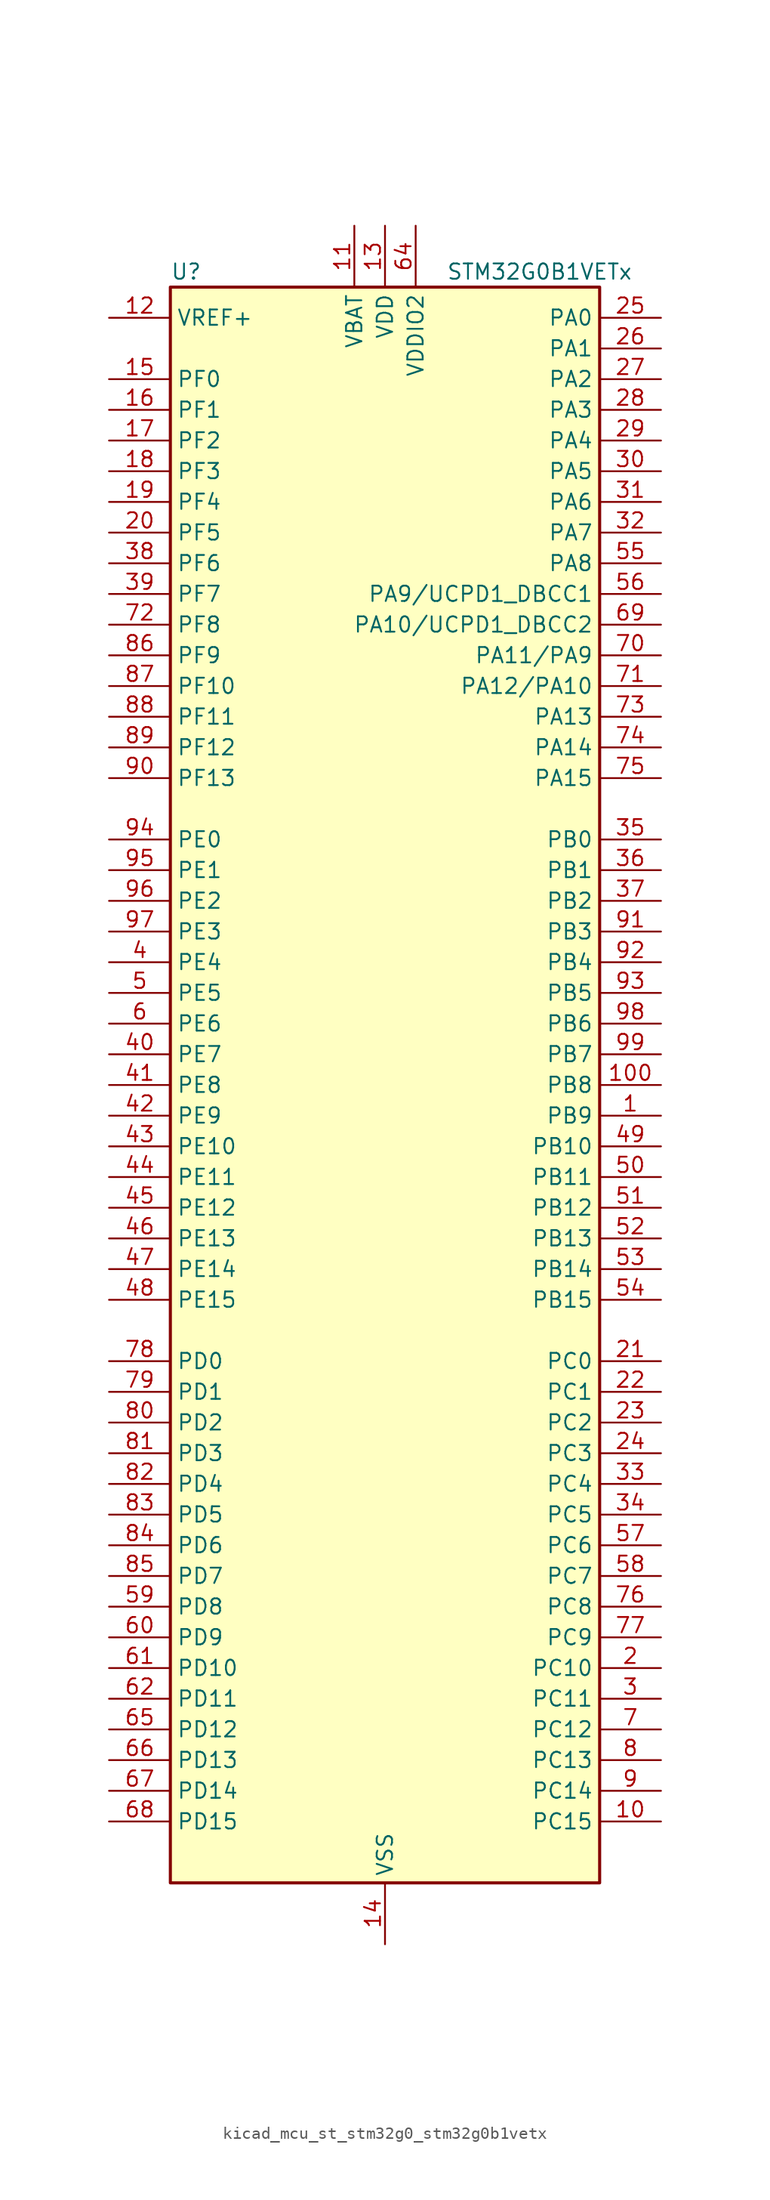
<source format=kicad_sym>
(kicad_symbol_lib
  (version 20220914)
  (generator kicad_symbol_editor)
  (symbol "kicad_mcu_st_stm32g0_stm32g0b1vetx"
    (property "Reference" "U"
      (at -17.78 67.31 0)
      (effects (font (size 1.27 1.27)) (justify left)))
    (property "Value" "STM32G0B1VETx"
      (at 5.08 67.31 0)
      (effects (font (size 1.27 1.27)) (justify left)))
    (property "ki_locked" ""
      (at 0 0 0)
      (effects (font (size 1.27 1.27))))
    (symbol "kicad_mcu_st_stm32g0_stm32g0b1vetx_0_1"
      (rectangle (start -17.78 -66.04) (end 17.78 66.04) (stroke (width 0.254) (type default)) (fill (type background))))
    (symbol "kicad_mcu_st_stm32g0_stm32g0b1vetx_1_1"
      (pin bidirectional line (at 22.86 -2.54 180) (length 5.08) (name "PB9" (effects (font (size 1.27 1.27)))) (number "1" (effects (font (size 1.27 1.27)))) (alternate "DAC1_EXTI9" bidirectional line) (alternate "FDCAN1_TX" bidirectional line) (alternate "I2C1_SDA" bidirectional line) (alternate "I2S2_WS" bidirectional line) (alternate "IR_OUT" bidirectional line) (alternate "SPI2_NSS" bidirectional line) (alternate "TIM17_CH1" bidirectional line) (alternate "TIM4_CH4" bidirectional line) (alternate "UCPD2_FRSTX1" bidirectional line) (alternate "UCPD2_FRSTX2" bidirectional line) (alternate "USART3_RX" bidirectional line) (alternate "USART6_RX" bidirectional line))
      (pin bidirectional line (at 22.86 -60.96 180) (length 5.08) (name "PC15" (effects (font (size 1.27 1.27)))) (number "10" (effects (font (size 1.27 1.27)))) (alternate "RCC_OSC32_EN" bidirectional line) (alternate "RCC_OSC32_OUT" bidirectional line) (alternate "RCC_OSC_EN" bidirectional line) (alternate "TIM15_BK" bidirectional line))
      (pin bidirectional line (at 22.86 0 180) (length 5.08) (name "PB8" (effects (font (size 1.27 1.27)))) (number "100" (effects (font (size 1.27 1.27)))) (alternate "CEC" bidirectional line) (alternate "FDCAN1_RX" bidirectional line) (alternate "I2C1_SCL" bidirectional line) (alternate "I2S2_CK" bidirectional line) (alternate "SPI2_SCK" bidirectional line) (alternate "TIM15_BK" bidirectional line) (alternate "TIM16_CH1" bidirectional line) (alternate "TIM4_CH3" bidirectional line) (alternate "USART3_TX" bidirectional line) (alternate "USART6_TX" bidirectional line))
      (pin power_in line (at -2.54 71.12 270) (length 5.08) (name "VBAT" (effects (font (size 1.27 1.27)))) (number "11" (effects (font (size 1.27 1.27)))))
      (pin input line (at -22.86 63.5 0) (length 5.08) (name "VREF+" (effects (font (size 1.27 1.27)))) (number "12" (effects (font (size 1.27 1.27)))) (alternate "VREFBUF_OUT" bidirectional line))
      (pin power_in line (at 0 71.12 270) (length 5.08) (name "VDD" (effects (font (size 1.27 1.27)))) (number "13" (effects (font (size 1.27 1.27)))))
      (pin power_in line (at 0 -71.12 90) (length 5.08) (name "VSS" (effects (font (size 1.27 1.27)))) (number "14" (effects (font (size 1.27 1.27)))))
      (pin bidirectional line (at -22.86 58.42 0) (length 5.08) (name "PF0" (effects (font (size 1.27 1.27)))) (number "15" (effects (font (size 1.27 1.27)))) (alternate "CRS1_SYNC" bidirectional line) (alternate "RCC_OSC_IN" bidirectional line) (alternate "TIM14_CH1" bidirectional line))
      (pin bidirectional line (at -22.86 55.88 0) (length 5.08) (name "PF1" (effects (font (size 1.27 1.27)))) (number "16" (effects (font (size 1.27 1.27)))) (alternate "RCC_OSC_EN" bidirectional line) (alternate "RCC_OSC_OUT" bidirectional line) (alternate "TIM15_CH1N" bidirectional line))
      (pin bidirectional line (at -22.86 53.34 0) (length 5.08) (name "PF2" (effects (font (size 1.27 1.27)))) (number "17" (effects (font (size 1.27 1.27)))) (alternate "LPUART2_DE" bidirectional line) (alternate "LPUART2_RTS" bidirectional line) (alternate "LPUART2_TX" bidirectional line) (alternate "RCC_MCO" bidirectional line))
      (pin bidirectional line (at -22.86 50.8 0) (length 5.08) (name "PF3" (effects (font (size 1.27 1.27)))) (number "18" (effects (font (size 1.27 1.27)))) (alternate "LPUART2_RX" bidirectional line) (alternate "USART6_CK" bidirectional line) (alternate "USART6_DE" bidirectional line) (alternate "USART6_RTS" bidirectional line))
      (pin bidirectional line (at -22.86 48.26 0) (length 5.08) (name "PF4" (effects (font (size 1.27 1.27)))) (number "19" (effects (font (size 1.27 1.27)))) (alternate "LPUART1_TX" bidirectional line))
      (pin bidirectional line (at 22.86 -48.26 180) (length 5.08) (name "PC10" (effects (font (size 1.27 1.27)))) (number "2" (effects (font (size 1.27 1.27)))) (alternate "SPI3_SCK" bidirectional line) (alternate "TIM1_CH3" bidirectional line) (alternate "USART3_TX" bidirectional line) (alternate "USART4_TX" bidirectional line))
      (pin bidirectional line (at -22.86 45.72 0) (length 5.08) (name "PF5" (effects (font (size 1.27 1.27)))) (number "20" (effects (font (size 1.27 1.27)))) (alternate "LPUART1_RX" bidirectional line))
      (pin bidirectional line (at 22.86 -22.86 180) (length 5.08) (name "PC0" (effects (font (size 1.27 1.27)))) (number "21" (effects (font (size 1.27 1.27)))) (alternate "COMP3_INM" bidirectional line) (alternate "COMP3_OUT" bidirectional line) (alternate "I2C3_SCL" bidirectional line) (alternate "LPTIM1_IN1" bidirectional line) (alternate "LPTIM2_IN1" bidirectional line) (alternate "LPUART1_RX" bidirectional line) (alternate "LPUART2_TX" bidirectional line) (alternate "USART6_TX" bidirectional line))
      (pin bidirectional line (at 22.86 -25.4 180) (length 5.08) (name "PC1" (effects (font (size 1.27 1.27)))) (number "22" (effects (font (size 1.27 1.27)))) (alternate "COMP3_INP" bidirectional line) (alternate "I2C3_SDA" bidirectional line) (alternate "LPTIM1_OUT" bidirectional line) (alternate "LPUART1_TX" bidirectional line) (alternate "LPUART2_RX" bidirectional line) (alternate "TIM15_CH1" bidirectional line) (alternate "USART6_RX" bidirectional line))
      (pin bidirectional line (at 22.86 -27.94 180) (length 5.08) (name "PC2" (effects (font (size 1.27 1.27)))) (number "23" (effects (font (size 1.27 1.27)))) (alternate "COMP3_OUT" bidirectional line) (alternate "FDCAN2_RX" bidirectional line) (alternate "I2S2_MCK" bidirectional line) (alternate "LPTIM1_IN2" bidirectional line) (alternate "SPI2_MISO" bidirectional line) (alternate "TIM15_CH2" bidirectional line))
      (pin bidirectional line (at 22.86 -30.48 180) (length 5.08) (name "PC3" (effects (font (size 1.27 1.27)))) (number "24" (effects (font (size 1.27 1.27)))) (alternate "FDCAN2_TX" bidirectional line) (alternate "I2S2_SD" bidirectional line) (alternate "LPTIM1_ETR" bidirectional line) (alternate "LPTIM2_ETR" bidirectional line) (alternate "SPI2_MOSI" bidirectional line))
      (pin bidirectional line (at 22.86 63.5 180) (length 5.08) (name "PA0" (effects (font (size 1.27 1.27)))) (number "25" (effects (font (size 1.27 1.27)))) (alternate "ADC1_IN0" bidirectional line) (alternate "COMP1_INM" bidirectional line) (alternate "COMP1_OUT" bidirectional line) (alternate "I2S2_CK" bidirectional line) (alternate "LPTIM1_OUT" bidirectional line) (alternate "RTC_TAMP_IN2" bidirectional line) (alternate "SPI2_SCK" bidirectional line) (alternate "SYS_WKUP1" bidirectional line) (alternate "TIM2_CH1" bidirectional line) (alternate "TIM2_ETR" bidirectional line) (alternate "UCPD2_FRSTX1" bidirectional line) (alternate "UCPD2_FRSTX2" bidirectional line) (alternate "USART2_CTS" bidirectional line) (alternate "USART2_NSS" bidirectional line) (alternate "USART4_TX" bidirectional line))
      (pin bidirectional line (at 22.86 60.96 180) (length 5.08) (name "PA1" (effects (font (size 1.27 1.27)))) (number "26" (effects (font (size 1.27 1.27)))) (alternate "ADC1_IN1" bidirectional line) (alternate "COMP1_INP" bidirectional line) (alternate "I2C1_SMBA" bidirectional line) (alternate "I2S1_CK" bidirectional line) (alternate "SPI1_SCK" bidirectional line) (alternate "TIM15_CH1N" bidirectional line) (alternate "TIM2_CH2" bidirectional line) (alternate "USART2_CK" bidirectional line) (alternate "USART2_DE" bidirectional line) (alternate "USART2_RTS" bidirectional line) (alternate "USART4_RX" bidirectional line))
      (pin bidirectional line (at 22.86 58.42 180) (length 5.08) (name "PA2" (effects (font (size 1.27 1.27)))) (number "27" (effects (font (size 1.27 1.27)))) (alternate "ADC1_IN2" bidirectional line) (alternate "COMP2_INM" bidirectional line) (alternate "COMP2_OUT" bidirectional line) (alternate "I2S1_SD" bidirectional line) (alternate "LPUART1_TX" bidirectional line) (alternate "RCC_LSCO" bidirectional line) (alternate "SPI1_MOSI" bidirectional line) (alternate "SYS_WKUP4" bidirectional line) (alternate "TIM15_CH1" bidirectional line) (alternate "TIM2_CH3" bidirectional line) (alternate "UCPD1_FRSTX1" bidirectional line) (alternate "UCPD1_FRSTX2" bidirectional line) (alternate "USART2_TX" bidirectional line))
      (pin bidirectional line (at 22.86 55.88 180) (length 5.08) (name "PA3" (effects (font (size 1.27 1.27)))) (number "28" (effects (font (size 1.27 1.27)))) (alternate "ADC1_IN3" bidirectional line) (alternate "COMP2_INP" bidirectional line) (alternate "I2S2_MCK" bidirectional line) (alternate "LPUART1_RX" bidirectional line) (alternate "SPI2_MISO" bidirectional line) (alternate "TIM15_CH2" bidirectional line) (alternate "TIM2_CH4" bidirectional line) (alternate "UCPD2_FRSTX1" bidirectional line) (alternate "UCPD2_FRSTX2" bidirectional line) (alternate "USART2_RX" bidirectional line))
      (pin bidirectional line (at 22.86 53.34 180) (length 5.08) (name "PA4" (effects (font (size 1.27 1.27)))) (number "29" (effects (font (size 1.27 1.27)))) (alternate "ADC1_IN4" bidirectional line) (alternate "DAC1_OUT1" bidirectional line) (alternate "I2S1_WS" bidirectional line) (alternate "I2S2_SD" bidirectional line) (alternate "LPTIM2_OUT" bidirectional line) (alternate "RTC_OUT2" bidirectional line) (alternate "SPI1_NSS" bidirectional line) (alternate "SPI2_MOSI" bidirectional line) (alternate "SPI3_NSS" bidirectional line) (alternate "TIM14_CH1" bidirectional line) (alternate "UCPD2_FRSTX1" bidirectional line) (alternate "UCPD2_FRSTX2" bidirectional line) (alternate "USART6_TX" bidirectional line) (alternate "USB_NOE" bidirectional line))
      (pin bidirectional line (at 22.86 -50.8 180) (length 5.08) (name "PC11" (effects (font (size 1.27 1.27)))) (number "3" (effects (font (size 1.27 1.27)))) (alternate "ADC1_EXTI11" bidirectional line) (alternate "SPI3_MISO" bidirectional line) (alternate "TIM1_CH4" bidirectional line) (alternate "USART3_RX" bidirectional line) (alternate "USART4_RX" bidirectional line))
      (pin bidirectional line (at 22.86 50.8 180) (length 5.08) (name "PA5" (effects (font (size 1.27 1.27)))) (number "30" (effects (font (size 1.27 1.27)))) (alternate "ADC1_IN5" bidirectional line) (alternate "CEC" bidirectional line) (alternate "DAC1_OUT2" bidirectional line) (alternate "I2S1_CK" bidirectional line) (alternate "LPTIM2_ETR" bidirectional line) (alternate "SPI1_SCK" bidirectional line) (alternate "TIM2_CH1" bidirectional line) (alternate "TIM2_ETR" bidirectional line) (alternate "UCPD1_FRSTX1" bidirectional line) (alternate "UCPD1_FRSTX2" bidirectional line) (alternate "USART3_TX" bidirectional line) (alternate "USART6_RX" bidirectional line))
      (pin bidirectional line (at 22.86 48.26 180) (length 5.08) (name "PA6" (effects (font (size 1.27 1.27)))) (number "31" (effects (font (size 1.27 1.27)))) (alternate "ADC1_IN6" bidirectional line) (alternate "COMP1_OUT" bidirectional line) (alternate "I2C2_SDA" bidirectional line) (alternate "I2C3_SDA" bidirectional line) (alternate "I2S1_MCK" bidirectional line) (alternate "LPUART1_CTS" bidirectional line) (alternate "SPI1_MISO" bidirectional line) (alternate "TIM16_CH1" bidirectional line) (alternate "TIM1_BK" bidirectional line) (alternate "TIM3_CH1" bidirectional line) (alternate "USART3_CTS" bidirectional line) (alternate "USART3_NSS" bidirectional line) (alternate "USART6_CTS" bidirectional line) (alternate "USART6_NSS" bidirectional line))
      (pin bidirectional line (at 22.86 45.72 180) (length 5.08) (name "PA7" (effects (font (size 1.27 1.27)))) (number "32" (effects (font (size 1.27 1.27)))) (alternate "ADC1_IN7" bidirectional line) (alternate "COMP2_OUT" bidirectional line) (alternate "I2C2_SCL" bidirectional line) (alternate "I2C3_SCL" bidirectional line) (alternate "I2S1_SD" bidirectional line) (alternate "SPI1_MOSI" bidirectional line) (alternate "TIM14_CH1" bidirectional line) (alternate "TIM17_CH1" bidirectional line) (alternate "TIM1_CH1N" bidirectional line) (alternate "TIM3_CH2" bidirectional line) (alternate "UCPD1_FRSTX1" bidirectional line) (alternate "UCPD1_FRSTX2" bidirectional line) (alternate "USART6_CK" bidirectional line) (alternate "USART6_DE" bidirectional line) (alternate "USART6_RTS" bidirectional line))
      (pin bidirectional line (at 22.86 -33.02 180) (length 5.08) (name "PC4" (effects (font (size 1.27 1.27)))) (number "33" (effects (font (size 1.27 1.27)))) (alternate "ADC1_IN17" bidirectional line) (alternate "COMP1_INM" bidirectional line) (alternate "FDCAN1_RX" bidirectional line) (alternate "TIM2_CH1" bidirectional line) (alternate "TIM2_ETR" bidirectional line) (alternate "USART1_TX" bidirectional line) (alternate "USART3_TX" bidirectional line))
      (pin bidirectional line (at 22.86 -35.56 180) (length 5.08) (name "PC5" (effects (font (size 1.27 1.27)))) (number "34" (effects (font (size 1.27 1.27)))) (alternate "ADC1_IN18" bidirectional line) (alternate "COMP1_INP" bidirectional line) (alternate "FDCAN1_TX" bidirectional line) (alternate "SYS_WKUP5" bidirectional line) (alternate "TIM2_CH2" bidirectional line) (alternate "USART1_RX" bidirectional line) (alternate "USART3_RX" bidirectional line))
      (pin bidirectional line (at 22.86 20.32 180) (length 5.08) (name "PB0" (effects (font (size 1.27 1.27)))) (number "35" (effects (font (size 1.27 1.27)))) (alternate "ADC1_IN8" bidirectional line) (alternate "COMP1_OUT" bidirectional line) (alternate "COMP3_INP" bidirectional line) (alternate "FDCAN2_RX" bidirectional line) (alternate "I2S1_WS" bidirectional line) (alternate "LPTIM1_OUT" bidirectional line) (alternate "LPUART2_CTS" bidirectional line) (alternate "SPI1_NSS" bidirectional line) (alternate "TIM1_CH2N" bidirectional line) (alternate "TIM3_CH3" bidirectional line) (alternate "UCPD1_FRSTX1" bidirectional line) (alternate "UCPD1_FRSTX2" bidirectional line) (alternate "USART3_RX" bidirectional line) (alternate "USART5_TX" bidirectional line))
      (pin bidirectional line (at 22.86 17.78 180) (length 5.08) (name "PB1" (effects (font (size 1.27 1.27)))) (number "36" (effects (font (size 1.27 1.27)))) (alternate "ADC1_IN9" bidirectional line) (alternate "COMP1_INM" bidirectional line) (alternate "COMP3_OUT" bidirectional line) (alternate "FDCAN2_TX" bidirectional line) (alternate "LPTIM2_IN1" bidirectional line) (alternate "LPUART1_DE" bidirectional line) (alternate "LPUART1_RTS" bidirectional line) (alternate "LPUART2_DE" bidirectional line) (alternate "LPUART2_RTS" bidirectional line) (alternate "TIM14_CH1" bidirectional line) (alternate "TIM1_CH3N" bidirectional line) (alternate "TIM3_CH4" bidirectional line) (alternate "USART3_CK" bidirectional line) (alternate "USART3_DE" bidirectional line) (alternate "USART3_RTS" bidirectional line) (alternate "USART5_RX" bidirectional line))
      (pin bidirectional line (at 22.86 15.24 180) (length 5.08) (name "PB2" (effects (font (size 1.27 1.27)))) (number "37" (effects (font (size 1.27 1.27)))) (alternate "ADC1_IN10" bidirectional line) (alternate "COMP1_INP" bidirectional line) (alternate "COMP3_INM" bidirectional line) (alternate "I2S2_MCK" bidirectional line) (alternate "LPTIM1_OUT" bidirectional line) (alternate "RCC_MCO_2" bidirectional line) (alternate "SPI2_MISO" bidirectional line) (alternate "USART3_TX" bidirectional line))
      (pin bidirectional line (at -22.86 43.18 0) (length 5.08) (name "PF6" (effects (font (size 1.27 1.27)))) (number "38" (effects (font (size 1.27 1.27)))) (alternate "LPUART1_DE" bidirectional line) (alternate "LPUART1_RTS" bidirectional line))
      (pin bidirectional line (at -22.86 40.64 0) (length 5.08) (name "PF7" (effects (font (size 1.27 1.27)))) (number "39" (effects (font (size 1.27 1.27)))) (alternate "LPUART1_CTS" bidirectional line) (alternate "USART5_CTS" bidirectional line) (alternate "USART5_NSS" bidirectional line))
      (pin bidirectional line (at -22.86 10.16 0) (length 5.08) (name "PE4" (effects (font (size 1.27 1.27)))) (number "4" (effects (font (size 1.27 1.27)))) (alternate "TIM3_CH2" bidirectional line))
      (pin bidirectional line (at -22.86 2.54 0) (length 5.08) (name "PE7" (effects (font (size 1.27 1.27)))) (number "40" (effects (font (size 1.27 1.27)))) (alternate "COMP3_INP" bidirectional line) (alternate "TIM1_ETR" bidirectional line) (alternate "USART5_CK" bidirectional line) (alternate "USART5_DE" bidirectional line) (alternate "USART5_RTS" bidirectional line))
      (pin bidirectional line (at -22.86 0 0) (length 5.08) (name "PE8" (effects (font (size 1.27 1.27)))) (number "41" (effects (font (size 1.27 1.27)))) (alternate "COMP3_INM" bidirectional line) (alternate "TIM1_CH1N" bidirectional line) (alternate "USART4_TX" bidirectional line))
      (pin bidirectional line (at -22.86 -2.54 0) (length 5.08) (name "PE9" (effects (font (size 1.27 1.27)))) (number "42" (effects (font (size 1.27 1.27)))) (alternate "DAC1_EXTI9" bidirectional line) (alternate "TIM1_CH1" bidirectional line) (alternate "USART4_RX" bidirectional line))
      (pin bidirectional line (at -22.86 -5.08 0) (length 5.08) (name "PE10" (effects (font (size 1.27 1.27)))) (number "43" (effects (font (size 1.27 1.27)))) (alternate "TIM1_CH2N" bidirectional line) (alternate "USART5_TX" bidirectional line))
      (pin bidirectional line (at -22.86 -7.62 0) (length 5.08) (name "PE11" (effects (font (size 1.27 1.27)))) (number "44" (effects (font (size 1.27 1.27)))) (alternate "ADC1_EXTI11" bidirectional line) (alternate "TIM1_CH2" bidirectional line) (alternate "USART5_RX" bidirectional line))
      (pin bidirectional line (at -22.86 -10.16 0) (length 5.08) (name "PE12" (effects (font (size 1.27 1.27)))) (number "45" (effects (font (size 1.27 1.27)))) (alternate "I2S1_WS" bidirectional line) (alternate "SPI1_NSS" bidirectional line) (alternate "TIM1_CH3N" bidirectional line))
      (pin bidirectional line (at -22.86 -12.7 0) (length 5.08) (name "PE13" (effects (font (size 1.27 1.27)))) (number "46" (effects (font (size 1.27 1.27)))) (alternate "I2S1_CK" bidirectional line) (alternate "SPI1_SCK" bidirectional line) (alternate "TIM1_CH3" bidirectional line))
      (pin bidirectional line (at -22.86 -15.24 0) (length 5.08) (name "PE14" (effects (font (size 1.27 1.27)))) (number "47" (effects (font (size 1.27 1.27)))) (alternate "I2S1_MCK" bidirectional line) (alternate "SPI1_MISO" bidirectional line) (alternate "TIM1_BK2" bidirectional line) (alternate "TIM1_CH4" bidirectional line))
      (pin bidirectional line (at -22.86 -17.78 0) (length 5.08) (name "PE15" (effects (font (size 1.27 1.27)))) (number "48" (effects (font (size 1.27 1.27)))) (alternate "I2S1_SD" bidirectional line) (alternate "SPI1_MOSI" bidirectional line) (alternate "TIM1_BK" bidirectional line))
      (pin bidirectional line (at 22.86 -5.08 180) (length 5.08) (name "PB10" (effects (font (size 1.27 1.27)))) (number "49" (effects (font (size 1.27 1.27)))) (alternate "ADC1_IN11" bidirectional line) (alternate "CEC" bidirectional line) (alternate "COMP1_OUT" bidirectional line) (alternate "I2C2_SCL" bidirectional line) (alternate "I2S2_CK" bidirectional line) (alternate "LPUART1_RX" bidirectional line) (alternate "SPI2_SCK" bidirectional line) (alternate "TIM2_CH3" bidirectional line) (alternate "USART3_TX" bidirectional line))
      (pin bidirectional line (at -22.86 7.62 0) (length 5.08) (name "PE5" (effects (font (size 1.27 1.27)))) (number "5" (effects (font (size 1.27 1.27)))) (alternate "TIM3_CH3" bidirectional line))
      (pin bidirectional line (at 22.86 -7.62 180) (length 5.08) (name "PB11" (effects (font (size 1.27 1.27)))) (number "50" (effects (font (size 1.27 1.27)))) (alternate "ADC1_EXTI11" bidirectional line) (alternate "ADC1_IN15" bidirectional line) (alternate "COMP2_OUT" bidirectional line) (alternate "I2C2_SDA" bidirectional line) (alternate "I2S2_SD" bidirectional line) (alternate "LPUART1_TX" bidirectional line) (alternate "SPI2_MOSI" bidirectional line) (alternate "TIM2_CH4" bidirectional line) (alternate "USART3_RX" bidirectional line))
      (pin bidirectional line (at 22.86 -10.16 180) (length 5.08) (name "PB12" (effects (font (size 1.27 1.27)))) (number "51" (effects (font (size 1.27 1.27)))) (alternate "ADC1_IN16" bidirectional line) (alternate "FDCAN2_RX" bidirectional line) (alternate "I2C2_SMBA" bidirectional line) (alternate "I2S2_WS" bidirectional line) (alternate "LPUART1_DE" bidirectional line) (alternate "LPUART1_RTS" bidirectional line) (alternate "SPI2_NSS" bidirectional line) (alternate "TIM15_BK" bidirectional line) (alternate "TIM1_BK" bidirectional line) (alternate "UCPD2_FRSTX1" bidirectional line) (alternate "UCPD2_FRSTX2" bidirectional line))
      (pin bidirectional line (at 22.86 -12.7 180) (length 5.08) (name "PB13" (effects (font (size 1.27 1.27)))) (number "52" (effects (font (size 1.27 1.27)))) (alternate "FDCAN2_TX" bidirectional line) (alternate "I2C2_SCL" bidirectional line) (alternate "I2S2_CK" bidirectional line) (alternate "LPUART1_CTS" bidirectional line) (alternate "SPI2_SCK" bidirectional line) (alternate "TIM15_CH1N" bidirectional line) (alternate "TIM1_CH1N" bidirectional line) (alternate "USART3_CTS" bidirectional line) (alternate "USART3_NSS" bidirectional line))
      (pin bidirectional line (at 22.86 -15.24 180) (length 5.08) (name "PB14" (effects (font (size 1.27 1.27)))) (number "53" (effects (font (size 1.27 1.27)))) (alternate "I2C2_SDA" bidirectional line) (alternate "I2S2_MCK" bidirectional line) (alternate "SPI2_MISO" bidirectional line) (alternate "TIM15_CH1" bidirectional line) (alternate "TIM1_CH2N" bidirectional line) (alternate "UCPD1_FRSTX1" bidirectional line) (alternate "UCPD1_FRSTX2" bidirectional line) (alternate "USART3_CK" bidirectional line) (alternate "USART3_DE" bidirectional line) (alternate "USART3_RTS" bidirectional line) (alternate "USART6_CK" bidirectional line) (alternate "USART6_DE" bidirectional line) (alternate "USART6_RTS" bidirectional line))
      (pin bidirectional line (at 22.86 -17.78 180) (length 5.08) (name "PB15" (effects (font (size 1.27 1.27)))) (number "54" (effects (font (size 1.27 1.27)))) (alternate "I2S2_SD" bidirectional line) (alternate "RTC_REFIN" bidirectional line) (alternate "SPI2_MOSI" bidirectional line) (alternate "TIM15_CH1N" bidirectional line) (alternate "TIM15_CH2" bidirectional line) (alternate "TIM1_CH3N" bidirectional line) (alternate "UCPD1_CC2" bidirectional line) (alternate "USART6_CTS" bidirectional line) (alternate "USART6_NSS" bidirectional line))
      (pin bidirectional line (at 22.86 43.18 180) (length 5.08) (name "PA8" (effects (font (size 1.27 1.27)))) (number "55" (effects (font (size 1.27 1.27)))) (alternate "CRS1_SYNC" bidirectional line) (alternate "I2C2_SMBA" bidirectional line) (alternate "I2S2_WS" bidirectional line) (alternate "LPTIM2_OUT" bidirectional line) (alternate "RCC_MCO" bidirectional line) (alternate "SPI2_NSS" bidirectional line) (alternate "TIM1_CH1" bidirectional line) (alternate "UCPD1_CC1" bidirectional line))
      (pin bidirectional line (at 22.86 40.64 180) (length 5.08) (name "PA9/UCPD1_DBCC1" (effects (font (size 1.27 1.27)))) (number "56" (effects (font (size 1.27 1.27)))) (alternate "DAC1_EXTI9" bidirectional line) (alternate "I2C1_SCL" bidirectional line) (alternate "I2C2_SCL" bidirectional line) (alternate "I2S2_MCK" bidirectional line) (alternate "RCC_MCO" bidirectional line) (alternate "SPI2_MISO" bidirectional line) (alternate "TIM15_BK" bidirectional line) (alternate "TIM1_CH2" bidirectional line) (alternate "UCPD1_DBCC1" bidirectional line) (alternate "USART1_TX" bidirectional line))
      (pin bidirectional line (at 22.86 -38.1 180) (length 5.08) (name "PC6" (effects (font (size 1.27 1.27)))) (number "57" (effects (font (size 1.27 1.27)))) (alternate "LPUART2_TX" bidirectional line) (alternate "TIM2_CH3" bidirectional line) (alternate "TIM3_CH1" bidirectional line) (alternate "UCPD1_FRSTX1" bidirectional line) (alternate "UCPD1_FRSTX2" bidirectional line))
      (pin bidirectional line (at 22.86 -40.64 180) (length 5.08) (name "PC7" (effects (font (size 1.27 1.27)))) (number "58" (effects (font (size 1.27 1.27)))) (alternate "LPUART2_RX" bidirectional line) (alternate "TIM2_CH4" bidirectional line) (alternate "TIM3_CH2" bidirectional line) (alternate "UCPD2_FRSTX1" bidirectional line) (alternate "UCPD2_FRSTX2" bidirectional line))
      (pin bidirectional line (at -22.86 -43.18 0) (length 5.08) (name "PD8" (effects (font (size 1.27 1.27)))) (number "59" (effects (font (size 1.27 1.27)))) (alternate "I2S1_CK" bidirectional line) (alternate "LPTIM1_OUT" bidirectional line) (alternate "SPI1_SCK" bidirectional line) (alternate "USART3_TX" bidirectional line))
      (pin bidirectional line (at -22.86 5.08 0) (length 5.08) (name "PE6" (effects (font (size 1.27 1.27)))) (number "6" (effects (font (size 1.27 1.27)))) (alternate "RTC_TAMP_IN3" bidirectional line) (alternate "SYS_WKUP3" bidirectional line) (alternate "TIM3_CH4" bidirectional line))
      (pin bidirectional line (at -22.86 -45.72 0) (length 5.08) (name "PD9" (effects (font (size 1.27 1.27)))) (number "60" (effects (font (size 1.27 1.27)))) (alternate "DAC1_EXTI9" bidirectional line) (alternate "I2S1_WS" bidirectional line) (alternate "SPI1_NSS" bidirectional line) (alternate "TIM1_BK2" bidirectional line) (alternate "USART3_RX" bidirectional line))
      (pin bidirectional line (at -22.86 -48.26 0) (length 5.08) (name "PD10" (effects (font (size 1.27 1.27)))) (number "61" (effects (font (size 1.27 1.27)))) (alternate "RCC_MCO" bidirectional line))
      (pin bidirectional line (at -22.86 -50.8 0) (length 5.08) (name "PD11" (effects (font (size 1.27 1.27)))) (number "62" (effects (font (size 1.27 1.27)))) (alternate "ADC1_EXTI11" bidirectional line) (alternate "LPTIM2_ETR" bidirectional line) (alternate "USART3_CTS" bidirectional line) (alternate "USART3_NSS" bidirectional line))
      (pin passive line (at 0 -71.12 90) (length 5.08) hide (name "VSS" (effects (font (size 1.27 1.27)))) (number "63" (effects (font (size 1.27 1.27)))))
      (pin power_in line (at 2.54 71.12 270) (length 5.08) (name "VDDIO2" (effects (font (size 1.27 1.27)))) (number "64" (effects (font (size 1.27 1.27)))))
      (pin bidirectional line (at -22.86 -53.34 0) (length 5.08) (name "PD12" (effects (font (size 1.27 1.27)))) (number "65" (effects (font (size 1.27 1.27)))) (alternate "FDCAN1_RX" bidirectional line) (alternate "LPTIM2_IN1" bidirectional line) (alternate "TIM4_CH1" bidirectional line) (alternate "USART3_CK" bidirectional line) (alternate "USART3_DE" bidirectional line) (alternate "USART3_RTS" bidirectional line))
      (pin bidirectional line (at -22.86 -55.88 0) (length 5.08) (name "PD13" (effects (font (size 1.27 1.27)))) (number "66" (effects (font (size 1.27 1.27)))) (alternate "FDCAN1_TX" bidirectional line) (alternate "LPTIM2_OUT" bidirectional line) (alternate "TIM4_CH2" bidirectional line))
      (pin bidirectional line (at -22.86 -58.42 0) (length 5.08) (name "PD14" (effects (font (size 1.27 1.27)))) (number "67" (effects (font (size 1.27 1.27)))) (alternate "FDCAN2_RX" bidirectional line) (alternate "LPUART2_CTS" bidirectional line) (alternate "TIM4_CH3" bidirectional line))
      (pin bidirectional line (at -22.86 -60.96 0) (length 5.08) (name "PD15" (effects (font (size 1.27 1.27)))) (number "68" (effects (font (size 1.27 1.27)))) (alternate "CRS1_SYNC" bidirectional line) (alternate "FDCAN2_TX" bidirectional line) (alternate "LPUART2_DE" bidirectional line) (alternate "LPUART2_RTS" bidirectional line) (alternate "TIM4_CH4" bidirectional line))
      (pin bidirectional line (at 22.86 38.1 180) (length 5.08) (name "PA10/UCPD1_DBCC2" (effects (font (size 1.27 1.27)))) (number "69" (effects (font (size 1.27 1.27)))) (alternate "I2C1_SDA" bidirectional line) (alternate "I2C2_SDA" bidirectional line) (alternate "I2S2_SD" bidirectional line) (alternate "RCC_MCO_2" bidirectional line) (alternate "SPI2_MOSI" bidirectional line) (alternate "TIM17_BK" bidirectional line) (alternate "TIM1_CH3" bidirectional line) (alternate "UCPD1_DBCC2" bidirectional line) (alternate "USART1_RX" bidirectional line))
      (pin bidirectional line (at 22.86 -53.34 180) (length 5.08) (name "PC12" (effects (font (size 1.27 1.27)))) (number "7" (effects (font (size 1.27 1.27)))) (alternate "LPTIM1_IN1" bidirectional line) (alternate "SPI3_MOSI" bidirectional line) (alternate "TIM14_CH1" bidirectional line) (alternate "UCPD1_FRSTX1" bidirectional line) (alternate "UCPD1_FRSTX2" bidirectional line) (alternate "USART5_TX" bidirectional line))
      (pin bidirectional line (at 22.86 35.56 180) (length 5.08) (name "PA11/PA9" (effects (font (size 1.27 1.27)))) (number "70" (effects (font (size 1.27 1.27)))) (alternate "ADC1_EXTI11" bidirectional line) (alternate "COMP1_OUT" bidirectional line) (alternate "FDCAN1_RX" bidirectional line) (alternate "I2C2_SCL" bidirectional line) (alternate "I2S1_MCK" bidirectional line) (alternate "SPI1_MISO" bidirectional line) (alternate "TIM1_BK2" bidirectional line) (alternate "TIM1_CH4" bidirectional line) (alternate "USART1_CTS" bidirectional line) (alternate "USART1_NSS" bidirectional line) (alternate "USB_DM" bidirectional line))
      (pin bidirectional line (at 22.86 33.02 180) (length 5.08) (name "PA12/PA10" (effects (font (size 1.27 1.27)))) (number "71" (effects (font (size 1.27 1.27)))) (alternate "COMP2_OUT" bidirectional line) (alternate "FDCAN1_TX" bidirectional line) (alternate "I2C2_SDA" bidirectional line) (alternate "I2S1_SD" bidirectional line) (alternate "I2S_CKIN" bidirectional line) (alternate "SPI1_MOSI" bidirectional line) (alternate "TIM1_ETR" bidirectional line) (alternate "USART1_CK" bidirectional line) (alternate "USART1_DE" bidirectional line) (alternate "USART1_RTS" bidirectional line) (alternate "USB_DP" bidirectional line))
      (pin bidirectional line (at -22.86 38.1 0) (length 5.08) (name "PF8" (effects (font (size 1.27 1.27)))) (number "72" (effects (font (size 1.27 1.27)))))
      (pin bidirectional line (at 22.86 30.48 180) (length 5.08) (name "PA13" (effects (font (size 1.27 1.27)))) (number "73" (effects (font (size 1.27 1.27)))) (alternate "IR_OUT" bidirectional line) (alternate "LPUART2_RX" bidirectional line) (alternate "SYS_SWDIO" bidirectional line) (alternate "USB_NOE" bidirectional line))
      (pin bidirectional line (at 22.86 27.94 180) (length 5.08) (name "PA14" (effects (font (size 1.27 1.27)))) (number "74" (effects (font (size 1.27 1.27)))) (alternate "LPUART2_TX" bidirectional line) (alternate "SYS_SWCLK" bidirectional line) (alternate "USART2_TX" bidirectional line))
      (pin bidirectional line (at 22.86 25.4 180) (length 5.08) (name "PA15" (effects (font (size 1.27 1.27)))) (number "75" (effects (font (size 1.27 1.27)))) (alternate "I2C2_SMBA" bidirectional line) (alternate "I2S1_WS" bidirectional line) (alternate "RCC_MCO_2" bidirectional line) (alternate "SPI1_NSS" bidirectional line) (alternate "SPI3_NSS" bidirectional line) (alternate "TIM2_CH1" bidirectional line) (alternate "TIM2_ETR" bidirectional line) (alternate "USART2_RX" bidirectional line) (alternate "USART3_CK" bidirectional line) (alternate "USART3_DE" bidirectional line) (alternate "USART3_RTS" bidirectional line) (alternate "USART4_CK" bidirectional line) (alternate "USART4_DE" bidirectional line) (alternate "USART4_RTS" bidirectional line) (alternate "USB_NOE" bidirectional line))
      (pin bidirectional line (at 22.86 -43.18 180) (length 5.08) (name "PC8" (effects (font (size 1.27 1.27)))) (number "76" (effects (font (size 1.27 1.27)))) (alternate "LPUART2_CTS" bidirectional line) (alternate "TIM1_CH1" bidirectional line) (alternate "TIM3_CH3" bidirectional line) (alternate "UCPD2_FRSTX1" bidirectional line) (alternate "UCPD2_FRSTX2" bidirectional line))
      (pin bidirectional line (at 22.86 -45.72 180) (length 5.08) (name "PC9" (effects (font (size 1.27 1.27)))) (number "77" (effects (font (size 1.27 1.27)))) (alternate "DAC1_EXTI9" bidirectional line) (alternate "I2S_CKIN" bidirectional line) (alternate "LPUART2_DE" bidirectional line) (alternate "LPUART2_RTS" bidirectional line) (alternate "TIM1_CH2" bidirectional line) (alternate "TIM3_CH4" bidirectional line) (alternate "USB_NOE" bidirectional line))
      (pin bidirectional line (at -22.86 -22.86 0) (length 5.08) (name "PD0" (effects (font (size 1.27 1.27)))) (number "78" (effects (font (size 1.27 1.27)))) (alternate "FDCAN1_RX" bidirectional line) (alternate "I2S2_WS" bidirectional line) (alternate "SPI2_NSS" bidirectional line) (alternate "TIM16_CH1" bidirectional line) (alternate "UCPD2_CC1" bidirectional line))
      (pin bidirectional line (at -22.86 -25.4 0) (length 5.08) (name "PD1" (effects (font (size 1.27 1.27)))) (number "79" (effects (font (size 1.27 1.27)))) (alternate "FDCAN1_TX" bidirectional line) (alternate "I2S2_CK" bidirectional line) (alternate "SPI2_SCK" bidirectional line) (alternate "TIM17_CH1" bidirectional line) (alternate "UCPD2_DBCC1" bidirectional line))
      (pin bidirectional line (at 22.86 -55.88 180) (length 5.08) (name "PC13" (effects (font (size 1.27 1.27)))) (number "8" (effects (font (size 1.27 1.27)))) (alternate "RTC_OUT1" bidirectional line) (alternate "RTC_TAMP_IN1" bidirectional line) (alternate "RTC_TS" bidirectional line) (alternate "SYS_WKUP2" bidirectional line) (alternate "TIM1_BK" bidirectional line))
      (pin bidirectional line (at -22.86 -27.94 0) (length 5.08) (name "PD2" (effects (font (size 1.27 1.27)))) (number "80" (effects (font (size 1.27 1.27)))) (alternate "TIM1_CH1N" bidirectional line) (alternate "TIM3_ETR" bidirectional line) (alternate "UCPD2_CC2" bidirectional line) (alternate "USART3_CK" bidirectional line) (alternate "USART3_DE" bidirectional line) (alternate "USART3_RTS" bidirectional line) (alternate "USART5_RX" bidirectional line))
      (pin bidirectional line (at -22.86 -30.48 0) (length 5.08) (name "PD3" (effects (font (size 1.27 1.27)))) (number "81" (effects (font (size 1.27 1.27)))) (alternate "I2S2_MCK" bidirectional line) (alternate "SPI2_MISO" bidirectional line) (alternate "TIM1_CH2N" bidirectional line) (alternate "UCPD2_DBCC2" bidirectional line) (alternate "USART2_CTS" bidirectional line) (alternate "USART2_NSS" bidirectional line) (alternate "USART5_TX" bidirectional line))
      (pin bidirectional line (at -22.86 -33.02 0) (length 5.08) (name "PD4" (effects (font (size 1.27 1.27)))) (number "82" (effects (font (size 1.27 1.27)))) (alternate "I2S2_SD" bidirectional line) (alternate "SPI2_MOSI" bidirectional line) (alternate "TIM1_CH3N" bidirectional line) (alternate "USART2_CK" bidirectional line) (alternate "USART2_DE" bidirectional line) (alternate "USART2_RTS" bidirectional line) (alternate "USART5_CK" bidirectional line) (alternate "USART5_DE" bidirectional line) (alternate "USART5_RTS" bidirectional line))
      (pin bidirectional line (at -22.86 -35.56 0) (length 5.08) (name "PD5" (effects (font (size 1.27 1.27)))) (number "83" (effects (font (size 1.27 1.27)))) (alternate "I2S1_MCK" bidirectional line) (alternate "SPI1_MISO" bidirectional line) (alternate "TIM1_BK" bidirectional line) (alternate "USART2_TX" bidirectional line) (alternate "USART5_CTS" bidirectional line) (alternate "USART5_NSS" bidirectional line))
      (pin bidirectional line (at -22.86 -38.1 0) (length 5.08) (name "PD6" (effects (font (size 1.27 1.27)))) (number "84" (effects (font (size 1.27 1.27)))) (alternate "I2S1_SD" bidirectional line) (alternate "LPTIM2_OUT" bidirectional line) (alternate "SPI1_MOSI" bidirectional line) (alternate "USART2_RX" bidirectional line))
      (pin bidirectional line (at -22.86 -40.64 0) (length 5.08) (name "PD7" (effects (font (size 1.27 1.27)))) (number "85" (effects (font (size 1.27 1.27)))) (alternate "RCC_MCO_2" bidirectional line))
      (pin bidirectional line (at -22.86 35.56 0) (length 5.08) (name "PF9" (effects (font (size 1.27 1.27)))) (number "86" (effects (font (size 1.27 1.27)))) (alternate "DAC1_EXTI9" bidirectional line) (alternate "USART6_TX" bidirectional line))
      (pin bidirectional line (at -22.86 33.02 0) (length 5.08) (name "PF10" (effects (font (size 1.27 1.27)))) (number "87" (effects (font (size 1.27 1.27)))) (alternate "USART6_RX" bidirectional line))
      (pin bidirectional line (at -22.86 30.48 0) (length 5.08) (name "PF11" (effects (font (size 1.27 1.27)))) (number "88" (effects (font (size 1.27 1.27)))) (alternate "ADC1_EXTI11" bidirectional line) (alternate "USART6_CK" bidirectional line) (alternate "USART6_DE" bidirectional line) (alternate "USART6_RTS" bidirectional line))
      (pin bidirectional line (at -22.86 27.94 0) (length 5.08) (name "PF12" (effects (font (size 1.27 1.27)))) (number "89" (effects (font (size 1.27 1.27)))) (alternate "TIM15_CH1" bidirectional line) (alternate "USART6_CTS" bidirectional line) (alternate "USART6_NSS" bidirectional line))
      (pin bidirectional line (at 22.86 -58.42 180) (length 5.08) (name "PC14" (effects (font (size 1.27 1.27)))) (number "9" (effects (font (size 1.27 1.27)))) (alternate "RCC_OSC32_IN" bidirectional line) (alternate "TIM1_BK2" bidirectional line))
      (pin bidirectional line (at -22.86 25.4 0) (length 5.08) (name "PF13" (effects (font (size 1.27 1.27)))) (number "90" (effects (font (size 1.27 1.27)))) (alternate "TIM15_CH2" bidirectional line))
      (pin bidirectional line (at 22.86 12.7 180) (length 5.08) (name "PB3" (effects (font (size 1.27 1.27)))) (number "91" (effects (font (size 1.27 1.27)))) (alternate "COMP2_INM" bidirectional line) (alternate "I2C2_SCL" bidirectional line) (alternate "I2C3_SCL" bidirectional line) (alternate "I2S1_CK" bidirectional line) (alternate "SPI1_SCK" bidirectional line) (alternate "SPI3_SCK" bidirectional line) (alternate "TIM1_CH2" bidirectional line) (alternate "TIM2_CH2" bidirectional line) (alternate "USART1_CK" bidirectional line) (alternate "USART1_DE" bidirectional line) (alternate "USART1_RTS" bidirectional line) (alternate "USART5_TX" bidirectional line))
      (pin bidirectional line (at 22.86 10.16 180) (length 5.08) (name "PB4" (effects (font (size 1.27 1.27)))) (number "92" (effects (font (size 1.27 1.27)))) (alternate "COMP2_INP" bidirectional line) (alternate "I2C2_SDA" bidirectional line) (alternate "I2C3_SDA" bidirectional line) (alternate "I2S1_MCK" bidirectional line) (alternate "SPI1_MISO" bidirectional line) (alternate "SPI3_MISO" bidirectional line) (alternate "TIM17_BK" bidirectional line) (alternate "TIM3_CH1" bidirectional line) (alternate "USART1_CTS" bidirectional line) (alternate "USART1_NSS" bidirectional line) (alternate "USART5_RX" bidirectional line))
      (pin bidirectional line (at 22.86 7.62 180) (length 5.08) (name "PB5" (effects (font (size 1.27 1.27)))) (number "93" (effects (font (size 1.27 1.27)))) (alternate "COMP2_OUT" bidirectional line) (alternate "FDCAN2_RX" bidirectional line) (alternate "I2C1_SMBA" bidirectional line) (alternate "I2S1_SD" bidirectional line) (alternate "LPTIM1_IN1" bidirectional line) (alternate "SPI1_MOSI" bidirectional line) (alternate "SPI3_MOSI" bidirectional line) (alternate "SYS_WKUP6" bidirectional line) (alternate "TIM16_BK" bidirectional line) (alternate "TIM3_CH2" bidirectional line) (alternate "USART5_CK" bidirectional line) (alternate "USART5_DE" bidirectional line) (alternate "USART5_RTS" bidirectional line))
      (pin bidirectional line (at -22.86 20.32 0) (length 5.08) (name "PE0" (effects (font (size 1.27 1.27)))) (number "94" (effects (font (size 1.27 1.27)))) (alternate "TIM16_CH1" bidirectional line) (alternate "TIM4_ETR" bidirectional line))
      (pin bidirectional line (at -22.86 17.78 0) (length 5.08) (name "PE1" (effects (font (size 1.27 1.27)))) (number "95" (effects (font (size 1.27 1.27)))) (alternate "TIM17_CH1" bidirectional line))
      (pin bidirectional line (at -22.86 15.24 0) (length 5.08) (name "PE2" (effects (font (size 1.27 1.27)))) (number "96" (effects (font (size 1.27 1.27)))) (alternate "TIM3_ETR" bidirectional line))
      (pin bidirectional line (at -22.86 12.7 0) (length 5.08) (name "PE3" (effects (font (size 1.27 1.27)))) (number "97" (effects (font (size 1.27 1.27)))) (alternate "TIM3_CH1" bidirectional line))
      (pin bidirectional line (at 22.86 5.08 180) (length 5.08) (name "PB6" (effects (font (size 1.27 1.27)))) (number "98" (effects (font (size 1.27 1.27)))) (alternate "COMP2_INP" bidirectional line) (alternate "FDCAN2_TX" bidirectional line) (alternate "I2C1_SCL" bidirectional line) (alternate "I2S2_MCK" bidirectional line) (alternate "LPTIM1_ETR" bidirectional line) (alternate "LPUART2_TX" bidirectional line) (alternate "SPI2_MISO" bidirectional line) (alternate "TIM16_CH1N" bidirectional line) (alternate "TIM1_CH3" bidirectional line) (alternate "TIM4_CH1" bidirectional line) (alternate "USART1_TX" bidirectional line) (alternate "USART5_CTS" bidirectional line) (alternate "USART5_NSS" bidirectional line))
      (pin bidirectional line (at 22.86 2.54 180) (length 5.08) (name "PB7" (effects (font (size 1.27 1.27)))) (number "99" (effects (font (size 1.27 1.27)))) (alternate "COMP2_INM" bidirectional line) (alternate "I2C1_SDA" bidirectional line) (alternate "I2S2_SD" bidirectional line) (alternate "LPTIM1_IN2" bidirectional line) (alternate "LPUART2_RX" bidirectional line) (alternate "SPI2_MOSI" bidirectional line) (alternate "SYS_PVD_IN" bidirectional line) (alternate "TIM17_CH1N" bidirectional line) (alternate "TIM4_CH2" bidirectional line) (alternate "USART1_RX" bidirectional line) (alternate "USART4_CTS" bidirectional line) (alternate "USART4_NSS" bidirectional line)))))
</source>
